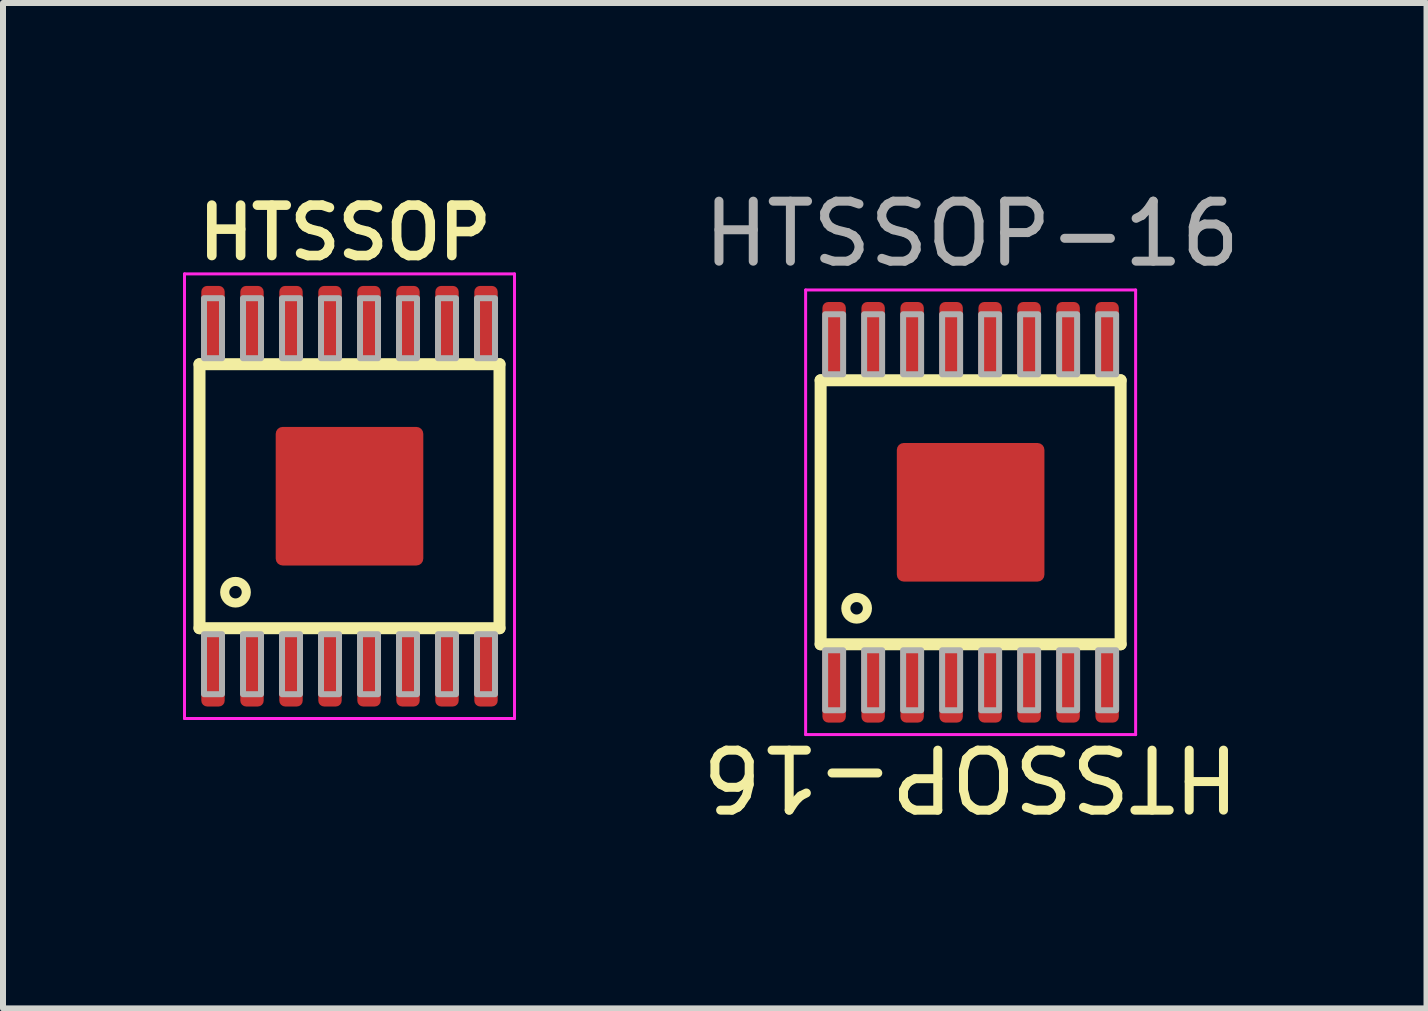
<source format=kicad_pcb>
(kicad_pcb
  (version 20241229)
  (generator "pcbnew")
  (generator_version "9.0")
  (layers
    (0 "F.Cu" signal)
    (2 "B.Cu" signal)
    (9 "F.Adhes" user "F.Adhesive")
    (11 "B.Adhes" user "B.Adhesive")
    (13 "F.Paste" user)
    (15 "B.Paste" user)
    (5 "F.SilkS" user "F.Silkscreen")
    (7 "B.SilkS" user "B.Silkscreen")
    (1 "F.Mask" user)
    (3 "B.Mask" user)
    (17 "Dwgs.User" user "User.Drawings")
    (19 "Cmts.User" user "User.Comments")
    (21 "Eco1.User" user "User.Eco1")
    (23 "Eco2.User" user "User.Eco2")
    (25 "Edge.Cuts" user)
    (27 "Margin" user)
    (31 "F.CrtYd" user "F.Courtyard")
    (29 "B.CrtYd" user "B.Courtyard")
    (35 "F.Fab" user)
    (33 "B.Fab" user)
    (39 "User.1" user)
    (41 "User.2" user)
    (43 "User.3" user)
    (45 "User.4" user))
  (footprint "HTSSOP-16"
    (layer "F.Cu")
    (at 13.127 5.488)
    (property "Reference" "HTSSOP-16" (at 0 4.419 180) (unlocked yes) (layer "F.SilkS") (effects (font (size 1 1) (thickness 0.15))))
    (attr smd)
    (fp_line (start -2.5 -2.2) (end -2.5 2.2) (stroke (width 0.2) (type solid)) (layer "F.SilkS"))
    (fp_line (start -2.5 2.2) (end 2.5 2.2) (stroke (width 0.2) (type solid)) (layer "F.SilkS"))
    (fp_line (start 2.5 -2.2) (end -2.5 -2.2) (stroke (width 0.2) (type solid)) (layer "F.SilkS"))
    (fp_line (start 2.5 2.2) (end 2.5 -2.2) (stroke (width 0.2) (type solid)) (layer "F.SilkS"))
    (fp_circle (center -1.9 1.6) (end -1.72 1.6) (stroke (width 0.152) (type solid)) (fill no) (layer "F.SilkS"))
    (fp_line (start -2.75 -3.705) (end -2.75 3.705) (stroke (width 0.05) (type solid)) (layer "F.CrtYd"))
    (fp_line (start -2.75 3.705) (end 2.75 3.705) (stroke (width 0.05) (type solid)) (layer "F.CrtYd"))
    (fp_line (start 2.75 -3.705) (end -2.75 -3.705) (stroke (width 0.05) (type solid)) (layer "F.CrtYd"))
    (fp_line (start 2.75 3.705) (end 2.75 -3.705) (stroke (width 0.05) (type solid)) (layer "F.CrtYd"))
    (fp_poly (pts (xy -2.425 3.3) (xy -2.125 3.3) (xy -2.125 2.3) (xy -2.425 2.3)) (stroke (width 0.1) (type solid)) (fill no) (layer "F.Fab"))
    (fp_poly (pts (xy -2.125 -3.3) (xy -2.425 -3.3) (xy -2.425 -2.3) (xy -2.125 -2.3)) (stroke (width 0.1) (type solid)) (fill no) (layer "F.Fab"))
    (fp_poly (pts (xy -1.775 3.3) (xy -1.475 3.3) (xy -1.475 2.3) (xy -1.775 2.3)) (stroke (width 0.1) (type solid)) (fill no) (layer "F.Fab"))
    (fp_poly (pts (xy -1.475 -3.3) (xy -1.775 -3.3) (xy -1.775 -2.3) (xy -1.475 -2.3)) (stroke (width 0.1) (type solid)) (fill no) (layer "F.Fab"))
    (fp_poly (pts (xy -1.125 3.3) (xy -0.825 3.3) (xy -0.825 2.3) (xy -1.125 2.3)) (stroke (width 0.1) (type solid)) (fill no) (layer "F.Fab"))
    (fp_poly (pts (xy -0.825 -3.3) (xy -1.125 -3.3) (xy -1.125 -2.3) (xy -0.825 -2.3)) (stroke (width 0.1) (type solid)) (fill no) (layer "F.Fab"))
    (fp_poly (pts (xy -0.475 3.3) (xy -0.175 3.3) (xy -0.175 2.3) (xy -0.475 2.3)) (stroke (width 0.1) (type solid)) (fill no) (layer "F.Fab"))
    (fp_poly (pts (xy -0.175 -3.3) (xy -0.475 -3.3) (xy -0.475 -2.3) (xy -0.175 -2.3)) (stroke (width 0.1) (type solid)) (fill no) (layer "F.Fab"))
    (fp_poly (pts (xy 0.175 3.3) (xy 0.475 3.3) (xy 0.475 2.3) (xy 0.175 2.3)) (stroke (width 0.1) (type solid)) (fill no) (layer "F.Fab"))
    (fp_poly (pts (xy 0.475 -3.3) (xy 0.175 -3.3) (xy 0.175 -2.3) (xy 0.475 -2.3)) (stroke (width 0.1) (type solid)) (fill no) (layer "F.Fab"))
    (fp_poly (pts (xy 0.825 3.3) (xy 1.125 3.3) (xy 1.125 2.3) (xy 0.825 2.3)) (stroke (width 0.1) (type solid)) (fill no) (layer "F.Fab"))
    (fp_poly (pts (xy 1.125 -3.3) (xy 0.825 -3.3) (xy 0.825 -2.3) (xy 1.125 -2.3)) (stroke (width 0.1) (type solid)) (fill no) (layer "F.Fab"))
    (fp_poly (pts (xy 1.475 3.3) (xy 1.775 3.3) (xy 1.775 2.3) (xy 1.475 2.3)) (stroke (width 0.1) (type solid)) (fill no) (layer "F.Fab"))
    (fp_poly (pts (xy 1.775 -3.3) (xy 1.475 -3.3) (xy 1.475 -2.3) (xy 1.775 -2.3)) (stroke (width 0.1) (type solid)) (fill no) (layer "F.Fab"))
    (fp_poly (pts (xy 2.125 3.3) (xy 2.425 3.3) (xy 2.425 2.3) (xy 2.125 2.3)) (stroke (width 0.1) (type solid)) (fill no) (layer "F.Fab"))
    (fp_poly (pts (xy 2.425 -3.3) (xy 2.125 -3.3) (xy 2.125 -2.3) (xy 2.425 -2.3)) (stroke (width 0.1) (type solid)) (fill no) (layer "F.Fab"))
    (fp_text user "${REFERENCE}" (at 0.02 -4.64 0) (unlocked yes) (layer "F.Fab") (effects (font (size 1 1) (thickness 0.15))))
    (pad "1" smd roundrect (at -2.275 2.82 270) (size 1.37 0.39) (layers "F.Cu" "F.Mask" "F.Paste") (roundrect_rratio 0.25))
    (pad "2" smd roundrect (at -1.625 2.82 270) (size 1.37 0.39) (layers "F.Cu" "F.Mask" "F.Paste") (roundrect_rratio 0.25))
    (pad "3" smd roundrect (at -0.975 2.82 270) (size 1.37 0.39) (layers "F.Cu" "F.Mask" "F.Paste") (roundrect_rratio 0.25))
    (pad "4" smd roundrect (at -0.325 2.82 270) (size 1.37 0.39) (layers "F.Cu" "F.Mask" "F.Paste") (roundrect_rratio 0.25))
    (pad "5" smd roundrect (at 0.325 2.82 270) (size 1.37 0.39) (layers "F.Cu" "F.Mask" "F.Paste") (roundrect_rratio 0.25))
    (pad "6" smd roundrect (at 0.975 2.82 270) (size 1.37 0.39) (layers "F.Cu" "F.Mask" "F.Paste") (roundrect_rratio 0.25))
    (pad "7" smd roundrect (at 1.625 2.82 270) (size 1.37 0.39) (layers "F.Cu" "F.Mask" "F.Paste") (roundrect_rratio 0.25))
    (pad "8" smd roundrect (at 2.275 2.82 270) (size 1.37 0.39) (layers "F.Cu" "F.Mask" "F.Paste") (roundrect_rratio 0.25))
    (pad "9" smd roundrect (at 2.275 -2.82 90) (size 1.37 0.39) (layers "F.Cu" "F.Mask" "F.Paste") (roundrect_rratio 0.25))
    (pad "10" smd roundrect (at 1.625 -2.82 90) (size 1.37 0.39) (layers "F.Cu" "F.Mask" "F.Paste") (roundrect_rratio 0.25))
    (pad "11" smd roundrect (at 0.975 -2.82 90) (size 1.37 0.39) (layers "F.Cu" "F.Mask" "F.Paste") (roundrect_rratio 0.25))
    (pad "12" smd roundrect (at 0.325 -2.82 90) (size 1.37 0.39) (layers "F.Cu" "F.Mask" "F.Paste") (roundrect_rratio 0.25))
    (pad "13" smd roundrect (at -0.325 -2.82 90) (size 1.37 0.39) (layers "F.Cu" "F.Mask" "F.Paste") (roundrect_rratio 0.25))
    (pad "14" smd roundrect (at -0.975 -2.82 90) (size 1.37 0.39) (layers "F.Cu" "F.Mask" "F.Paste") (roundrect_rratio 0.25))
    (pad "15" smd roundrect (at -1.625 -2.82 90) (size 1.37 0.39) (layers "F.Cu" "F.Mask" "F.Paste") (roundrect_rratio 0.25))
    (pad "16" smd roundrect (at -2.275 -2.82 90) (size 1.37 0.39) (layers "F.Cu" "F.Mask" "F.Paste") (roundrect_rratio 0.25))
    (pad "GND" smd roundrect (at 0 0 90) (size 2.31 2.46) (layers "F.Cu" "F.Mask" "F.Paste") (roundrect_rratio 0.05)))
  (footprint "HTSSOP"
    (layer "F.Cu")
    (at 2.775 5.22)
    (property "Reference" "HTSSOP" (at -2.6 -3.9 0) (layer "F.SilkS") (effects (font (size 0.84 0.84) (thickness 0.16)) (justify left bottom)))
    (fp_line (start -2.5 -2.2) (end -2.5 2.2) (stroke (width 0.2) (type solid)) (layer "F.SilkS"))
    (fp_line (start -2.5 2.2) (end 2.5 2.2) (stroke (width 0.2) (type solid)) (layer "F.SilkS"))
    (fp_line (start 2.5 -2.2) (end -2.5 -2.2) (stroke (width 0.2) (type solid)) (layer "F.SilkS"))
    (fp_line (start 2.5 2.2) (end 2.5 -2.2) (stroke (width 0.2) (type solid)) (layer "F.SilkS"))
    (fp_circle (center -1.9 1.6) (end -1.72 1.6) (stroke (width 0.152) (type solid)) (fill no) (layer "F.SilkS"))
    (fp_line (start -2.75 -3.705) (end -2.75 3.705) (stroke (width 0.05) (type solid)) (layer "F.CrtYd"))
    (fp_line (start -2.75 3.705) (end 2.75 3.705) (stroke (width 0.05) (type solid)) (layer "F.CrtYd"))
    (fp_line (start 2.75 -3.705) (end -2.75 -3.705) (stroke (width 0.05) (type solid)) (layer "F.CrtYd"))
    (fp_line (start 2.75 3.705) (end 2.75 -3.705) (stroke (width 0.05) (type solid)) (layer "F.CrtYd"))
    (fp_poly (pts (xy -2.425 3.3) (xy -2.125 3.3) (xy -2.125 2.3) (xy -2.425 2.3)) (stroke (width 0.1) (type solid)) (fill no) (layer "F.Fab"))
    (fp_poly (pts (xy -2.125 -3.3) (xy -2.425 -3.3) (xy -2.425 -2.3) (xy -2.125 -2.3)) (stroke (width 0.1) (type solid)) (fill no) (layer "F.Fab"))
    (fp_poly (pts (xy -1.775 3.3) (xy -1.475 3.3) (xy -1.475 2.3) (xy -1.775 2.3)) (stroke (width 0.1) (type solid)) (fill no) (layer "F.Fab"))
    (fp_poly (pts (xy -1.475 -3.3) (xy -1.775 -3.3) (xy -1.775 -2.3) (xy -1.475 -2.3)) (stroke (width 0.1) (type solid)) (fill no) (layer "F.Fab"))
    (fp_poly (pts (xy -1.125 3.3) (xy -0.825 3.3) (xy -0.825 2.3) (xy -1.125 2.3)) (stroke (width 0.1) (type solid)) (fill no) (layer "F.Fab"))
    (fp_poly (pts (xy -0.825 -3.3) (xy -1.125 -3.3) (xy -1.125 -2.3) (xy -0.825 -2.3)) (stroke (width 0.1) (type solid)) (fill no) (layer "F.Fab"))
    (fp_poly (pts (xy -0.475 3.3) (xy -0.175 3.3) (xy -0.175 2.3) (xy -0.475 2.3)) (stroke (width 0.1) (type solid)) (fill no) (layer "F.Fab"))
    (fp_poly (pts (xy -0.175 -3.3) (xy -0.475 -3.3) (xy -0.475 -2.3) (xy -0.175 -2.3)) (stroke (width 0.1) (type solid)) (fill no) (layer "F.Fab"))
    (fp_poly (pts (xy 0.175 3.3) (xy 0.475 3.3) (xy 0.475 2.3) (xy 0.175 2.3)) (stroke (width 0.1) (type solid)) (fill no) (layer "F.Fab"))
    (fp_poly (pts (xy 0.475 -3.3) (xy 0.175 -3.3) (xy 0.175 -2.3) (xy 0.475 -2.3)) (stroke (width 0.1) (type solid)) (fill no) (layer "F.Fab"))
    (fp_poly (pts (xy 0.825 3.3) (xy 1.125 3.3) (xy 1.125 2.3) (xy 0.825 2.3)) (stroke (width 0.1) (type solid)) (fill no) (layer "F.Fab"))
    (fp_poly (pts (xy 1.125 -3.3) (xy 0.825 -3.3) (xy 0.825 -2.3) (xy 1.125 -2.3)) (stroke (width 0.1) (type solid)) (fill no) (layer "F.Fab"))
    (fp_poly (pts (xy 1.475 3.3) (xy 1.775 3.3) (xy 1.775 2.3) (xy 1.475 2.3)) (stroke (width 0.1) (type solid)) (fill no) (layer "F.Fab"))
    (fp_poly (pts (xy 1.775 -3.3) (xy 1.475 -3.3) (xy 1.475 -2.3) (xy 1.775 -2.3)) (stroke (width 0.1) (type solid)) (fill no) (layer "F.Fab"))
    (fp_poly (pts (xy 2.125 3.3) (xy 2.425 3.3) (xy 2.425 2.3) (xy 2.125 2.3)) (stroke (width 0.1) (type solid)) (fill no) (layer "F.Fab"))
    (fp_poly (pts (xy 2.425 -3.3) (xy 2.125 -3.3) (xy 2.125 -2.3) (xy 2.425 -2.3)) (stroke (width 0.1) (type solid)) (fill no) (layer "F.Fab"))
    (pad "1" smd roundrect (at -2.275 2.82 270) (size 1.37 0.39) (layers "F.Cu" "F.Mask" "F.Paste") (roundrect_rratio 0.25))
    (pad "2" smd roundrect (at -1.625 2.82 270) (size 1.37 0.39) (layers "F.Cu" "F.Mask" "F.Paste") (roundrect_rratio 0.25))
    (pad "3" smd roundrect (at -0.975 2.82 270) (size 1.37 0.39) (layers "F.Cu" "F.Mask" "F.Paste") (roundrect_rratio 0.25))
    (pad "4" smd roundrect (at -0.325 2.82 270) (size 1.37 0.39) (layers "F.Cu" "F.Mask" "F.Paste") (roundrect_rratio 0.25))
    (pad "5" smd roundrect (at 0.325 2.82 270) (size 1.37 0.39) (layers "F.Cu" "F.Mask" "F.Paste") (roundrect_rratio 0.25))
    (pad "6" smd roundrect (at 0.975 2.82 270) (size 1.37 0.39) (layers "F.Cu" "F.Mask" "F.Paste") (roundrect_rratio 0.25))
    (pad "7" smd roundrect (at 1.625 2.82 270) (size 1.37 0.39) (layers "F.Cu" "F.Mask" "F.Paste") (roundrect_rratio 0.25))
    (pad "8" smd roundrect (at 2.275 2.82 270) (size 1.37 0.39) (layers "F.Cu" "F.Mask" "F.Paste") (roundrect_rratio 0.25))
    (pad "9" smd roundrect (at 2.275 -2.82 90) (size 1.37 0.39) (layers "F.Cu" "F.Mask" "F.Paste") (roundrect_rratio 0.25))
    (pad "10" smd roundrect (at 1.625 -2.82 90) (size 1.37 0.39) (layers "F.Cu" "F.Mask" "F.Paste") (roundrect_rratio 0.25))
    (pad "11" smd roundrect (at 0.975 -2.82 90) (size 1.37 0.39) (layers "F.Cu" "F.Mask" "F.Paste") (roundrect_rratio 0.25))
    (pad "12" smd roundrect (at 0.325 -2.82 90) (size 1.37 0.39) (layers "F.Cu" "F.Mask" "F.Paste") (roundrect_rratio 0.25))
    (pad "13" smd roundrect (at -0.325 -2.82 90) (size 1.37 0.39) (layers "F.Cu" "F.Mask" "F.Paste") (roundrect_rratio 0.25))
    (pad "14" smd roundrect (at -0.975 -2.82 90) (size 1.37 0.39) (layers "F.Cu" "F.Mask" "F.Paste") (roundrect_rratio 0.25))
    (pad "15" smd roundrect (at -1.625 -2.82 90) (size 1.37 0.39) (layers "F.Cu" "F.Mask" "F.Paste") (roundrect_rratio 0.25))
    (pad "16" smd roundrect (at -2.275 -2.82 90) (size 1.37 0.39) (layers "F.Cu" "F.Mask" "F.Paste") (roundrect_rratio 0.25))
    (pad "GND" smd roundrect (at 0 0 90) (size 2.31 2.46) (layers "F.Cu" "F.Mask" "F.Paste") (roundrect_rratio 0.05)))
  (gr_rect
    (start -3 -3)
    (end 20.725 13.756)
    (stroke (width 0.1) (type default))
    (fill no)
    (layer "Edge.Cuts")))
</source>
